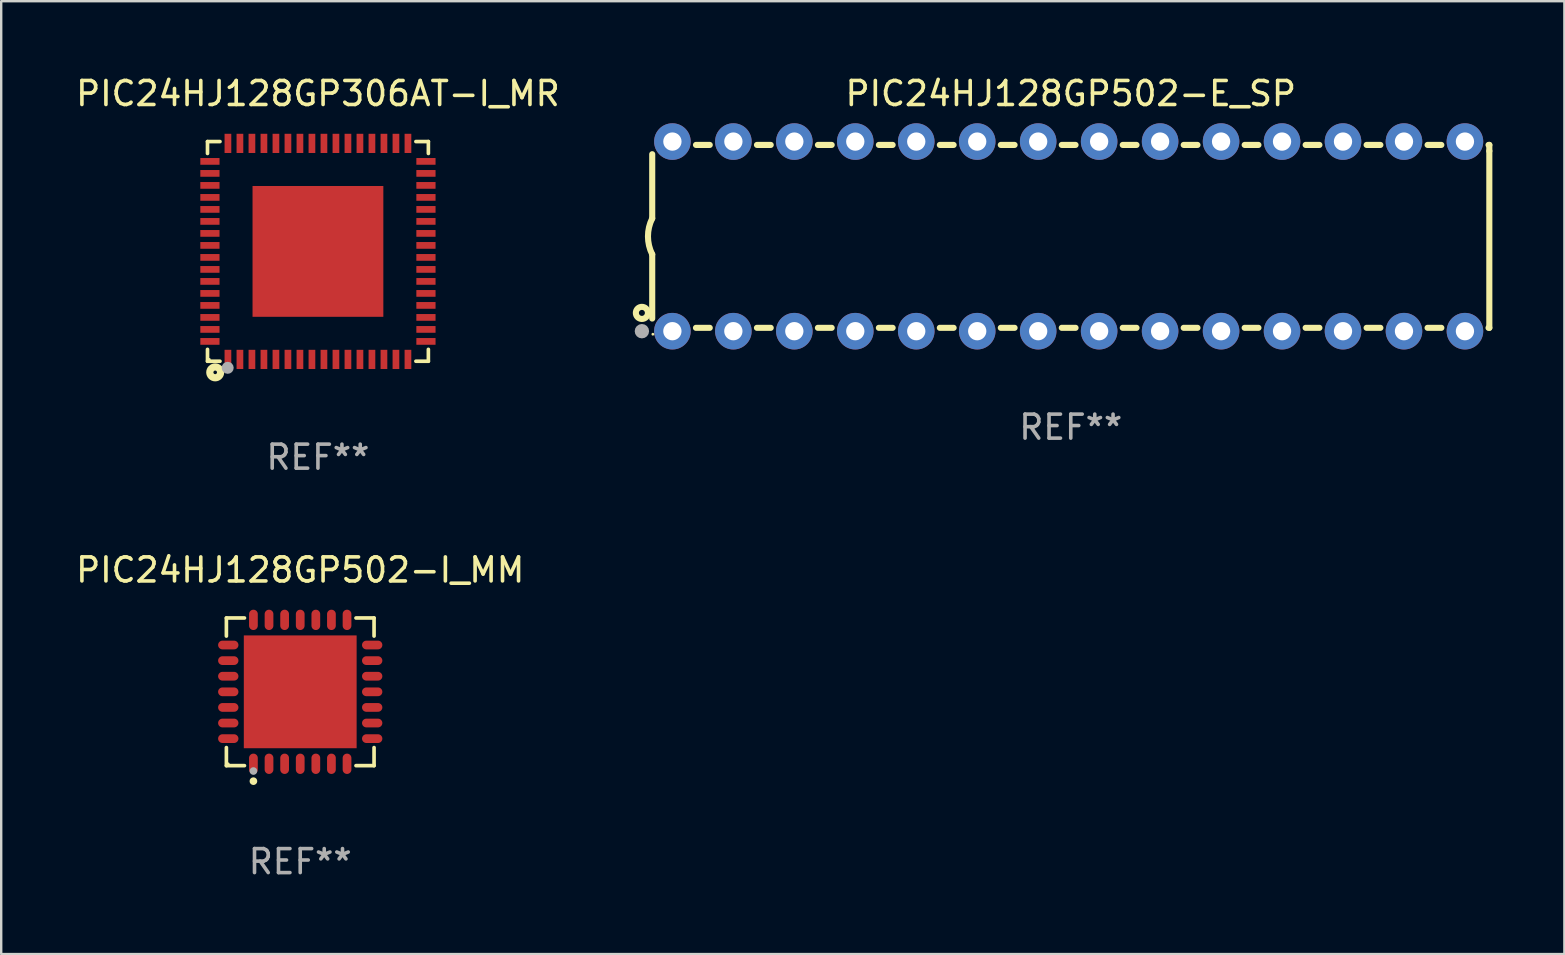
<source format=kicad_pcb>
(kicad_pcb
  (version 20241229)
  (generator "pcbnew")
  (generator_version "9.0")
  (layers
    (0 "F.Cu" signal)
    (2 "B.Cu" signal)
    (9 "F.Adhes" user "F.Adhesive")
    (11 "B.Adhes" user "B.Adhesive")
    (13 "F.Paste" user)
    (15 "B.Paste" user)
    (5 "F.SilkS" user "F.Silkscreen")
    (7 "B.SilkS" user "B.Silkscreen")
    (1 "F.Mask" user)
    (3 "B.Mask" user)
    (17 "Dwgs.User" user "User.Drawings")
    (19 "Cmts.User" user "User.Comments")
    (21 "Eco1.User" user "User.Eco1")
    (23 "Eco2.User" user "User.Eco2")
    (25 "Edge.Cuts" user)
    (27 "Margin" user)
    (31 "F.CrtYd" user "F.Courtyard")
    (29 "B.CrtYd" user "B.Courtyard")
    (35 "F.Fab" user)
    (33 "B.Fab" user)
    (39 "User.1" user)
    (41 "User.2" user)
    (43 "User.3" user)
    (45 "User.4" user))
  (footprint "PIC24HJ128GP502-I_MM"
    (layer "F.Cu")
    (at 9.458 25.773)
    (property "Reference" "PIC24HJ128GP502-I_MM" (at 0 -5.076 0) (layer "F.SilkS") (effects (font (size 1 1) (thickness 0.15))))
    (attr through_hole)
    (fp_line (start -3.076 -3.076) (end -2.323 -3.076) (stroke (width 0.152) (type solid)) (layer "F.SilkS"))
    (fp_line (start -3.076 -2.323) (end -3.076 -3.076) (stroke (width 0.152) (type solid)) (layer "F.SilkS"))
    (fp_line (start -3.076 2.323) (end -3.076 3.076) (stroke (width 0.152) (type solid)) (layer "F.SilkS"))
    (fp_line (start -3.076 3.076) (end -2.323 3.076) (stroke (width 0.152) (type solid)) (layer "F.SilkS"))
    (fp_line (start 3.076 -3.076) (end 2.323 -3.076) (stroke (width 0.152) (type solid)) (layer "F.SilkS"))
    (fp_line (start 3.076 -2.323) (end 3.076 -3.076) (stroke (width 0.152) (type solid)) (layer "F.SilkS"))
    (fp_line (start 3.076 2.323) (end 3.076 3.076) (stroke (width 0.152) (type solid)) (layer "F.SilkS"))
    (fp_line (start 3.076 3.076) (end 2.323 3.076) (stroke (width 0.152) (type solid)) (layer "F.SilkS"))
    (fp_circle (center -3 3) (end -2.97 3) (stroke (width 0.06) (type solid)) (fill no) (layer "F.SilkS"))
    (fp_circle (center -1.95 3.722) (end -1.87 3.722) (stroke (width 0.16) (type solid)) (fill no) (layer "F.SilkS"))
    (fp_circle (center -1.95 3.3) (end -1.87 3.3) (stroke (width 0.16) (type solid)) (fill no) (layer "F.Fab"))
    (fp_text user "REF**" (at 0 7.076 0) (layer "F.Fab") (effects (font (size 1 1) (thickness 0.15))))
    (pad "1" smd oval (at -1.95 2.998) (size 0.364 0.847) (layers "F.Cu" "F.Mask" "F.Paste"))
    (pad "2" smd oval (at -1.3 2.998) (size 0.364 0.847) (layers "F.Cu" "F.Mask" "F.Paste"))
    (pad "3" smd oval (at -0.65 2.998) (size 0.364 0.847) (layers "F.Cu" "F.Mask" "F.Paste"))
    (pad "4" smd oval (at 0 2.998) (size 0.364 0.847) (layers "F.Cu" "F.Mask" "F.Paste"))
    (pad "5" smd oval (at 0.65 2.998) (size 0.364 0.847) (layers "F.Cu" "F.Mask" "F.Paste"))
    (pad "6" smd oval (at 1.3 2.998) (size 0.364 0.847) (layers "F.Cu" "F.Mask" "F.Paste"))
    (pad "7" smd oval (at 1.95 2.998) (size 0.364 0.847) (layers "F.Cu" "F.Mask" "F.Paste"))
    (pad "8" smd oval (at 2.998 1.95) (size 0.847 0.364) (layers "F.Cu" "F.Mask" "F.Paste"))
    (pad "9" smd oval (at 2.998 1.3) (size 0.847 0.364) (layers "F.Cu" "F.Mask" "F.Paste"))
    (pad "10" smd oval (at 2.998 0.65) (size 0.847 0.364) (layers "F.Cu" "F.Mask" "F.Paste"))
    (pad "11" smd oval (at 2.998 0) (size 0.847 0.364) (layers "F.Cu" "F.Mask" "F.Paste"))
    (pad "12" smd oval (at 2.998 -0.65) (size 0.847 0.364) (layers "F.Cu" "F.Mask" "F.Paste"))
    (pad "13" smd oval (at 2.998 -1.3) (size 0.847 0.364) (layers "F.Cu" "F.Mask" "F.Paste"))
    (pad "14" smd oval (at 2.998 -1.95) (size 0.847 0.364) (layers "F.Cu" "F.Mask" "F.Paste"))
    (pad "15" smd oval (at 1.95 -2.998) (size 0.364 0.847) (layers "F.Cu" "F.Mask" "F.Paste"))
    (pad "16" smd oval (at 1.3 -2.998) (size 0.364 0.847) (layers "F.Cu" "F.Mask" "F.Paste"))
    (pad "17" smd oval (at 0.65 -2.998) (size 0.364 0.847) (layers "F.Cu" "F.Mask" "F.Paste"))
    (pad "18" smd oval (at 0 -2.998) (size 0.364 0.847) (layers "F.Cu" "F.Mask" "F.Paste"))
    (pad "19" smd oval (at -0.65 -2.998) (size 0.364 0.847) (layers "F.Cu" "F.Mask" "F.Paste"))
    (pad "20" smd oval (at -1.3 -2.998) (size 0.364 0.847) (layers "F.Cu" "F.Mask" "F.Paste"))
    (pad "21" smd oval (at -1.95 -2.998) (size 0.364 0.847) (layers "F.Cu" "F.Mask" "F.Paste"))
    (pad "22" smd oval (at -2.998 -1.95) (size 0.847 0.364) (layers "F.Cu" "F.Mask" "F.Paste"))
    (pad "23" smd oval (at -2.998 -1.3) (size 0.847 0.364) (layers "F.Cu" "F.Mask" "F.Paste"))
    (pad "24" smd oval (at -2.998 -0.65) (size 0.847 0.364) (layers "F.Cu" "F.Mask" "F.Paste"))
    (pad "25" smd oval (at -2.998 0) (size 0.847 0.364) (layers "F.Cu" "F.Mask" "F.Paste"))
    (pad "26" smd oval (at -2.998 0.65) (size 0.847 0.364) (layers "F.Cu" "F.Mask" "F.Paste"))
    (pad "27" smd oval (at -2.998 1.3) (size 0.847 0.364) (layers "F.Cu" "F.Mask" "F.Paste"))
    (pad "28" smd oval (at -2.998 1.95) (size 0.847 0.364) (layers "F.Cu" "F.Mask" "F.Paste"))
    (pad "29" smd rect (at 0 0) (size 4.7 4.7) (layers "F.Cu" "F.Mask" "F.Paste")))
  (footprint "PIC24HJ128GP306AT-I_MR"
    (layer "F.Cu")
    (at 10.196 7.424)
    (property "Reference" "PIC24HJ128GP306AT-I_MR" (at 0 -6.576 0) (layer "F.SilkS") (effects (font (size 1 1) (thickness 0.15))))
    (attr through_hole)
    (fp_line (start -4.601 -4.576) (end -4.081 -4.576) (stroke (width 0.152) (type solid)) (layer "F.SilkS"))
    (fp_line (start -4.601 -4.081) (end -4.601 -4.576) (stroke (width 0.152) (type solid)) (layer "F.SilkS"))
    (fp_line (start -4.601 4.081) (end -4.601 4.576) (stroke (width 0.152) (type solid)) (layer "F.SilkS"))
    (fp_line (start -4.601 4.576) (end -4.081 4.576) (stroke (width 0.152) (type solid)) (layer "F.SilkS"))
    (fp_line (start 4.601 -4.576) (end 4.081 -4.576) (stroke (width 0.152) (type solid)) (layer "F.SilkS"))
    (fp_line (start 4.601 -4.081) (end 4.601 -4.576) (stroke (width 0.152) (type solid)) (layer "F.SilkS"))
    (fp_line (start 4.601 4.081) (end 4.601 4.576) (stroke (width 0.152) (type solid)) (layer "F.SilkS"))
    (fp_line (start 4.601 4.576) (end 4.081 4.576) (stroke (width 0.152) (type solid)) (layer "F.SilkS"))
    (fp_circle (center -4.525 4.5) (end -4.495 4.5) (stroke (width 0.06) (type solid)) (fill no) (layer "F.SilkS"))
    (fp_circle (center -4.28 5.04) (end -4.205 5.04) (stroke (width 0.3) (type solid)) (fill no) (layer "F.SilkS"))
    (fp_circle (center -3.76 4.85) (end -3.635 4.85) (stroke (width 0.25) (type solid)) (fill no) (layer "F.Fab"))
    (fp_text user "REF**" (at 0 8.576 0) (layer "F.Fab") (effects (font (size 1 1) (thickness 0.15))))
    (pad "1" smd rect (at -3.75 4.5) (size 0.28 0.8) (layers "F.Cu" "F.Mask" "F.Paste"))
    (pad "2" smd rect (at -3.25 4.5) (size 0.28 0.8) (layers "F.Cu" "F.Mask" "F.Paste"))
    (pad "3" smd rect (at -2.75 4.5) (size 0.28 0.8) (layers "F.Cu" "F.Mask" "F.Paste"))
    (pad "4" smd rect (at -2.25 4.5) (size 0.28 0.8) (layers "F.Cu" "F.Mask" "F.Paste"))
    (pad "5" smd rect (at -1.75 4.5) (size 0.28 0.8) (layers "F.Cu" "F.Mask" "F.Paste"))
    (pad "6" smd rect (at -1.25 4.5) (size 0.28 0.8) (layers "F.Cu" "F.Mask" "F.Paste"))
    (pad "7" smd rect (at -0.75 4.5) (size 0.28 0.8) (layers "F.Cu" "F.Mask" "F.Paste"))
    (pad "8" smd rect (at -0.25 4.5) (size 0.28 0.8) (layers "F.Cu" "F.Mask" "F.Paste"))
    (pad "9" smd rect (at 0.25 4.5) (size 0.28 0.8) (layers "F.Cu" "F.Mask" "F.Paste"))
    (pad "10" smd rect (at 0.75 4.5) (size 0.28 0.8) (layers "F.Cu" "F.Mask" "F.Paste"))
    (pad "11" smd rect (at 1.25 4.5) (size 0.28 0.8) (layers "F.Cu" "F.Mask" "F.Paste"))
    (pad "12" smd rect (at 1.75 4.5) (size 0.28 0.8) (layers "F.Cu" "F.Mask" "F.Paste"))
    (pad "13" smd rect (at 2.25 4.5) (size 0.28 0.8) (layers "F.Cu" "F.Mask" "F.Paste"))
    (pad "14" smd rect (at 2.75 4.5) (size 0.28 0.8) (layers "F.Cu" "F.Mask" "F.Paste"))
    (pad "15" smd rect (at 3.25 4.5) (size 0.28 0.8) (layers "F.Cu" "F.Mask" "F.Paste"))
    (pad "16" smd rect (at 3.75 4.5) (size 0.28 0.8) (layers "F.Cu" "F.Mask" "F.Paste"))
    (pad "17" smd rect (at 4.5 3.75) (size 0.8 0.28) (layers "F.Cu" "F.Mask" "F.Paste"))
    (pad "18" smd rect (at 4.5 3.25) (size 0.8 0.28) (layers "F.Cu" "F.Mask" "F.Paste"))
    (pad "19" smd rect (at 4.5 2.75) (size 0.8 0.28) (layers "F.Cu" "F.Mask" "F.Paste"))
    (pad "20" smd rect (at 4.5 2.25) (size 0.8 0.28) (layers "F.Cu" "F.Mask" "F.Paste"))
    (pad "21" smd rect (at 4.5 1.75) (size 0.8 0.28) (layers "F.Cu" "F.Mask" "F.Paste"))
    (pad "22" smd rect (at 4.5 1.25) (size 0.8 0.28) (layers "F.Cu" "F.Mask" "F.Paste"))
    (pad "23" smd rect (at 4.5 0.75) (size 0.8 0.28) (layers "F.Cu" "F.Mask" "F.Paste"))
    (pad "24" smd rect (at 4.5 0.25) (size 0.8 0.28) (layers "F.Cu" "F.Mask" "F.Paste"))
    (pad "25" smd rect (at 4.5 -0.25) (size 0.8 0.28) (layers "F.Cu" "F.Mask" "F.Paste"))
    (pad "26" smd rect (at 4.5 -0.75) (size 0.8 0.28) (layers "F.Cu" "F.Mask" "F.Paste"))
    (pad "27" smd rect (at 4.5 -1.25) (size 0.8 0.28) (layers "F.Cu" "F.Mask" "F.Paste"))
    (pad "28" smd rect (at 4.5 -1.75) (size 0.8 0.28) (layers "F.Cu" "F.Mask" "F.Paste"))
    (pad "29" smd rect (at 4.5 -2.25) (size 0.8 0.28) (layers "F.Cu" "F.Mask" "F.Paste"))
    (pad "30" smd rect (at 4.5 -2.75) (size 0.8 0.28) (layers "F.Cu" "F.Mask" "F.Paste"))
    (pad "31" smd rect (at 4.5 -3.25) (size 0.8 0.28) (layers "F.Cu" "F.Mask" "F.Paste"))
    (pad "32" smd rect (at 4.5 -3.75) (size 0.8 0.28) (layers "F.Cu" "F.Mask" "F.Paste"))
    (pad "33" smd rect (at 3.75 -4.5) (size 0.28 0.8) (layers "F.Cu" "F.Mask" "F.Paste"))
    (pad "34" smd rect (at 3.25 -4.5) (size 0.28 0.8) (layers "F.Cu" "F.Mask" "F.Paste"))
    (pad "35" smd rect (at 2.75 -4.5) (size 0.28 0.8) (layers "F.Cu" "F.Mask" "F.Paste"))
    (pad "36" smd rect (at 2.25 -4.5) (size 0.28 0.8) (layers "F.Cu" "F.Mask" "F.Paste"))
    (pad "37" smd rect (at 1.75 -4.5) (size 0.28 0.8) (layers "F.Cu" "F.Mask" "F.Paste"))
    (pad "38" smd rect (at 1.25 -4.5) (size 0.28 0.8) (layers "F.Cu" "F.Mask" "F.Paste"))
    (pad "39" smd rect (at 0.75 -4.5) (size 0.28 0.8) (layers "F.Cu" "F.Mask" "F.Paste"))
    (pad "40" smd rect (at 0.25 -4.5) (size 0.28 0.8) (layers "F.Cu" "F.Mask" "F.Paste"))
    (pad "41" smd rect (at -0.25 -4.5) (size 0.28 0.8) (layers "F.Cu" "F.Mask" "F.Paste"))
    (pad "42" smd rect (at -0.75 -4.5) (size 0.28 0.8) (layers "F.Cu" "F.Mask" "F.Paste"))
    (pad "43" smd rect (at -1.25 -4.5) (size 0.28 0.8) (layers "F.Cu" "F.Mask" "F.Paste"))
    (pad "44" smd rect (at -1.75 -4.5) (size 0.28 0.8) (layers "F.Cu" "F.Mask" "F.Paste"))
    (pad "45" smd rect (at -2.25 -4.5) (size 0.28 0.8) (layers "F.Cu" "F.Mask" "F.Paste"))
    (pad "46" smd rect (at -2.75 -4.5) (size 0.28 0.8) (layers "F.Cu" "F.Mask" "F.Paste"))
    (pad "47" smd rect (at -3.25 -4.5) (size 0.28 0.8) (layers "F.Cu" "F.Mask" "F.Paste"))
    (pad "48" smd rect (at -3.75 -4.5) (size 0.28 0.8) (layers "F.Cu" "F.Mask" "F.Paste"))
    (pad "49" smd rect (at -4.5 -3.75) (size 0.8 0.28) (layers "F.Cu" "F.Mask" "F.Paste"))
    (pad "50" smd rect (at -4.5 -3.25) (size 0.8 0.28) (layers "F.Cu" "F.Mask" "F.Paste"))
    (pad "51" smd rect (at -4.5 -2.75) (size 0.8 0.28) (layers "F.Cu" "F.Mask" "F.Paste"))
    (pad "52" smd rect (at -4.5 -2.25) (size 0.8 0.28) (layers "F.Cu" "F.Mask" "F.Paste"))
    (pad "53" smd rect (at -4.5 -1.75) (size 0.8 0.28) (layers "F.Cu" "F.Mask" "F.Paste"))
    (pad "54" smd rect (at -4.5 -1.25) (size 0.8 0.28) (layers "F.Cu" "F.Mask" "F.Paste"))
    (pad "55" smd rect (at -4.5 -0.75) (size 0.8 0.28) (layers "F.Cu" "F.Mask" "F.Paste"))
    (pad "56" smd rect (at -4.5 -0.25) (size 0.8 0.28) (layers "F.Cu" "F.Mask" "F.Paste"))
    (pad "57" smd rect (at -4.5 0.25) (size 0.8 0.28) (layers "F.Cu" "F.Mask" "F.Paste"))
    (pad "58" smd rect (at -4.5 0.75) (size 0.8 0.28) (layers "F.Cu" "F.Mask" "F.Paste"))
    (pad "59" smd rect (at -4.5 1.25) (size 0.8 0.28) (layers "F.Cu" "F.Mask" "F.Paste"))
    (pad "60" smd rect (at -4.5 1.75) (size 0.8 0.28) (layers "F.Cu" "F.Mask" "F.Paste"))
    (pad "61" smd rect (at -4.5 2.25) (size 0.8 0.28) (layers "F.Cu" "F.Mask" "F.Paste"))
    (pad "62" smd rect (at -4.5 2.75) (size 0.8 0.28) (layers "F.Cu" "F.Mask" "F.Paste"))
    (pad "63" smd rect (at -4.5 3.25) (size 0.8 0.28) (layers "F.Cu" "F.Mask" "F.Paste"))
    (pad "64" smd rect (at -4.5 3.75) (size 0.8 0.28) (layers "F.Cu" "F.Mask" "F.Paste"))
    (pad "65" smd rect (at 0 0) (size 5.45 5.45) (layers "F.Cu" "F.Mask" "F.Paste")))
  (footprint "PIC24HJ128GP502-E_SP"
    (layer "F.Cu")
    (at 41.561 6.798)
    (property "Reference" "PIC24HJ128GP502-E_SP" (at 0 -5.95 0) (layer "F.SilkS") (effects (font (size 1 1) (thickness 0.15))))
    (attr through_hole)
    (fp_line (start -17.438 0.75) (end -17.438 3.423) (stroke (width 0.254) (type solid)) (layer "F.SilkS"))
    (fp_line (start -17.438 -3.423) (end -17.438 -0.75) (stroke (width 0.254) (type solid)) (layer "F.SilkS"))
    (fp_line (start -15.615 3.81) (end -15.041 3.81) (stroke (width 0.254) (type solid)) (layer "F.SilkS"))
    (fp_line (start -15.041 -3.81) (end -15.614 -3.81) (stroke (width 0.254) (type solid)) (layer "F.SilkS"))
    (fp_line (start -13.075 3.81) (end -12.501 3.81) (stroke (width 0.254) (type solid)) (layer "F.SilkS"))
    (fp_line (start -12.501 -3.81) (end -13.074 -3.81) (stroke (width 0.254) (type solid)) (layer "F.SilkS"))
    (fp_line (start -10.535 3.81) (end -9.961 3.81) (stroke (width 0.254) (type solid)) (layer "F.SilkS"))
    (fp_line (start -9.961 -3.81) (end -10.534 -3.81) (stroke (width 0.254) (type solid)) (layer "F.SilkS"))
    (fp_line (start -7.995 3.81) (end -7.421 3.81) (stroke (width 0.254) (type solid)) (layer "F.SilkS"))
    (fp_line (start -7.421 -3.81) (end -7.995 -3.81) (stroke (width 0.254) (type solid)) (layer "F.SilkS"))
    (fp_line (start -5.455 3.81) (end -4.881 3.81) (stroke (width 0.254) (type solid)) (layer "F.SilkS"))
    (fp_line (start -4.881 -3.81) (end -5.455 -3.81) (stroke (width 0.254) (type solid)) (layer "F.SilkS"))
    (fp_line (start -2.915 3.81) (end -2.341 3.81) (stroke (width 0.254) (type solid)) (layer "F.SilkS"))
    (fp_line (start -2.341 -3.81) (end -2.915 -3.81) (stroke (width 0.254) (type solid)) (layer "F.SilkS"))
    (fp_line (start -0.375 3.81) (end 0.199 3.81) (stroke (width 0.254) (type solid)) (layer "F.SilkS"))
    (fp_line (start 0.199 -3.81) (end -0.375 -3.81) (stroke (width 0.254) (type solid)) (layer "F.SilkS"))
    (fp_line (start 2.165 3.81) (end 2.739 3.81) (stroke (width 0.254) (type solid)) (layer "F.SilkS"))
    (fp_line (start 2.739 -3.81) (end 2.165 -3.81) (stroke (width 0.254) (type solid)) (layer "F.SilkS"))
    (fp_line (start 4.705 3.81) (end 5.279 3.81) (stroke (width 0.254) (type solid)) (layer "F.SilkS"))
    (fp_line (start 5.279 -3.81) (end 4.705 -3.81) (stroke (width 0.254) (type solid)) (layer "F.SilkS"))
    (fp_line (start 7.245 3.81) (end 7.819 3.81) (stroke (width 0.254) (type solid)) (layer "F.SilkS"))
    (fp_line (start 7.819 -3.81) (end 7.245 -3.81) (stroke (width 0.254) (type solid)) (layer "F.SilkS"))
    (fp_line (start 9.785 3.81) (end 10.359 3.81) (stroke (width 0.254) (type solid)) (layer "F.SilkS"))
    (fp_line (start 10.359 -3.81) (end 9.785 -3.81) (stroke (width 0.254) (type solid)) (layer "F.SilkS"))
    (fp_line (start 12.325 3.81) (end 12.899 3.81) (stroke (width 0.254) (type solid)) (layer "F.SilkS"))
    (fp_line (start 12.899 -3.81) (end 12.325 -3.81) (stroke (width 0.254) (type solid)) (layer "F.SilkS"))
    (fp_line (start 14.865 3.81) (end 15.439 3.81) (stroke (width 0.254) (type solid)) (layer "F.SilkS"))
    (fp_line (start 15.439 -3.81) (end 14.865 -3.81) (stroke (width 0.254) (type solid)) (layer "F.SilkS"))
    (fp_line (start 17.405 3.81) (end 17.438 3.81) (stroke (width 0.254) (type solid)) (layer "F.SilkS"))
    (fp_line (start 17.438 -3.81) (end 17.405 -3.81) (stroke (width 0.254) (type solid)) (layer "F.SilkS"))
    (fp_line (start 17.438 -3.556) (end 17.438 -3.81) (stroke (width 0.254) (type solid)) (layer "F.SilkS"))
    (fp_line (start 17.438 3.81) (end 17.438 -3.556) (stroke (width 0.254) (type solid)) (layer "F.SilkS"))
    (fp_arc (start -17.437986 0.749657) (mid -17.614887 -0.000024) (end -17.437783 -0.749657) (stroke (width 0.254001) (type solid)) (layer "F.SilkS"))
    (fp_circle (center -17.868 3.188) (end -17.743 3.188) (stroke (width 0.254) (type solid)) (fill no) (layer "F.SilkS"))
    (fp_circle (center -17.411 4.077) (end -17.381 4.077) (stroke (width 0.06) (type solid)) (fill no) (layer "F.SilkS"))
    (fp_circle (center -17.868 3.95) (end -17.718 3.95) (stroke (width 0.3) (type solid)) (fill no) (layer "F.Fab"))
    (fp_text user "REF**" (at 0 7.95 0) (layer "F.Fab") (effects (font (size 1 1) (thickness 0.15))))
    (pad "1" thru_hole circle (at -16.598 3.95) (size 1.524 1.524) (drill 0.762) (layers "*.Cu" "*.Mask"))
    (pad "2" thru_hole circle (at -14.058 3.95) (size 1.524 1.524) (drill 0.762) (layers "*.Cu" "*.Mask"))
    (pad "3" thru_hole circle (at -11.518 3.95) (size 1.524 1.524) (drill 0.762) (layers "*.Cu" "*.Mask"))
    (pad "4" thru_hole circle (at -8.978 3.95) (size 1.524 1.524) (drill 0.762) (layers "*.Cu" "*.Mask"))
    (pad "5" thru_hole circle (at -6.438 3.95) (size 1.524 1.524) (drill 0.762) (layers "*.Cu" "*.Mask"))
    (pad "6" thru_hole circle (at -3.898 3.95) (size 1.524 1.524) (drill 0.762) (layers "*.Cu" "*.Mask"))
    (pad "7" thru_hole circle (at -1.358 3.95) (size 1.524 1.524) (drill 0.762) (layers "*.Cu" "*.Mask"))
    (pad "8" thru_hole circle (at 1.182 3.95) (size 1.524 1.524) (drill 0.762) (layers "*.Cu" "*.Mask"))
    (pad "9" thru_hole circle (at 3.722 3.95) (size 1.524 1.524) (drill 0.762) (layers "*.Cu" "*.Mask"))
    (pad "10" thru_hole circle (at 6.262 3.95) (size 1.524 1.524) (drill 0.762) (layers "*.Cu" "*.Mask"))
    (pad "11" thru_hole circle (at 8.802 3.95) (size 1.524 1.524) (drill 0.762) (layers "*.Cu" "*.Mask"))
    (pad "12" thru_hole circle (at 11.342 3.95) (size 1.524 1.524) (drill 0.762) (layers "*.Cu" "*.Mask"))
    (pad "13" thru_hole circle (at 13.882 3.95) (size 1.524 1.524) (drill 0.762) (layers "*.Cu" "*.Mask"))
    (pad "14" thru_hole circle (at 16.422 3.95) (size 1.524 1.524) (drill 0.762) (layers "*.Cu" "*.Mask"))
    (pad "15" thru_hole circle (at 16.422 -3.95) (size 1.524 1.524) (drill 0.762) (layers "*.Cu" "*.Mask"))
    (pad "16" thru_hole circle (at 13.882 -3.95) (size 1.524 1.524) (drill 0.762) (layers "*.Cu" "*.Mask"))
    (pad "17" thru_hole circle (at 11.342 -3.95) (size 1.524 1.524) (drill 0.762) (layers "*.Cu" "*.Mask"))
    (pad "18" thru_hole circle (at 8.802 -3.95) (size 1.524 1.524) (drill 0.762) (layers "*.Cu" "*.Mask"))
    (pad "19" thru_hole circle (at 6.262 -3.95) (size 1.524 1.524) (drill 0.762) (layers "*.Cu" "*.Mask"))
    (pad "20" thru_hole circle (at 3.722 -3.95) (size 1.524 1.524) (drill 0.762) (layers "*.Cu" "*.Mask"))
    (pad "21" thru_hole circle (at 1.182 -3.95) (size 1.524 1.524) (drill 0.762) (layers "*.Cu" "*.Mask"))
    (pad "22" thru_hole circle (at -1.358 -3.95) (size 1.524 1.524) (drill 0.762) (layers "*.Cu" "*.Mask"))
    (pad "23" thru_hole circle (at -3.898 -3.95) (size 1.524 1.524) (drill 0.762) (layers "*.Cu" "*.Mask"))
    (pad "24" thru_hole circle (at -6.438 -3.95) (size 1.524 1.524) (drill 0.762) (layers "*.Cu" "*.Mask"))
    (pad "25" thru_hole circle (at -8.978 -3.95) (size 1.524 1.524) (drill 0.762) (layers "*.Cu" "*.Mask"))
    (pad "26" thru_hole circle (at -11.517 -3.95) (size 1.524 1.524) (drill 0.762) (layers "*.Cu" "*.Mask"))
    (pad "27" thru_hole circle (at -14.057 -3.95) (size 1.524 1.524) (drill 0.762) (layers "*.Cu" "*.Mask"))
    (pad "28" thru_hole circle (at -16.597 -3.95) (size 1.524 1.524) (drill 0.762) (layers "*.Cu" "*.Mask")))
  (gr_rect
    (start -3 -3)
    (end 62.126 36.698)
    (stroke (width 0.1) (type default))
    (fill no)
    (layer "Edge.Cuts")))
</source>
